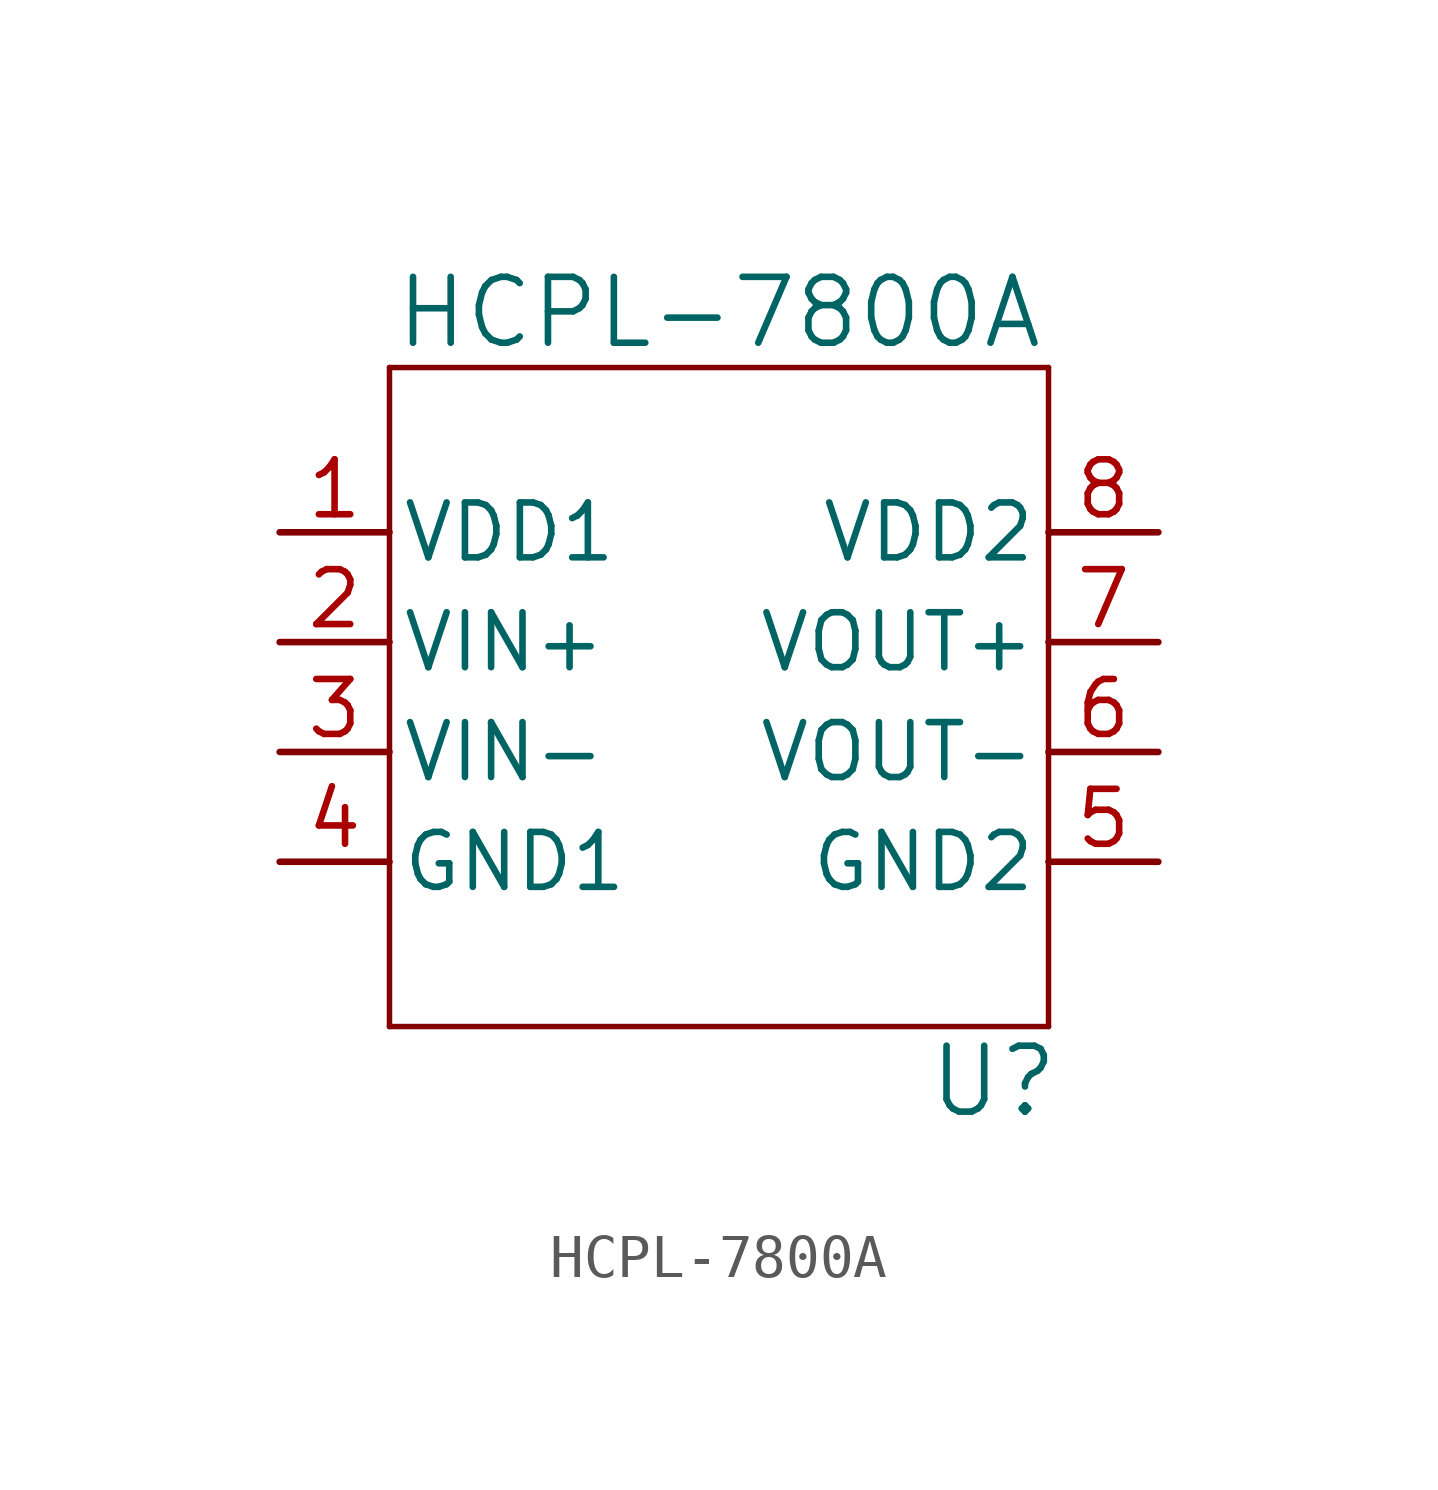
<source format=kicad_sym>
(kicad_symbol_lib
  (version 20220914)
  (generator kicad_symbol_editor)
  (symbol "HCPL-7800A"
    (pin_names
      (offset 0.254))
    (property "Reference" "U"
      (at 6.35 -8.89 0)
      (effects (font (size 1.524 1.524))))
    (property "Value" "HCPL-7800A"
      (at 0 8.89 0)
      (effects (font (size 1.524 1.524))))
    (property "ki_locked" ""
      (at 0 0 0)
      (effects (font (size 1.27 1.27))))
    (symbol "HCPL-7800A_0_1"
      (polyline (pts (xy -7.62 -7.62) (xy 7.62 -7.62)) (stroke (width 0.127) (type default)) (fill (type none)))
      (polyline (pts (xy -7.62 7.62) (xy -7.62 -7.62)) (stroke (width 0.127) (type default)) (fill (type none)))
      (polyline (pts (xy 7.62 -7.62) (xy 7.62 7.62)) (stroke (width 0.127) (type default)) (fill (type none)))
      (polyline (pts (xy 7.62 7.62) (xy -7.62 7.62)) (stroke (width 0.127) (type default)) (fill (type none))))
    (symbol "HCPL-7800A_1_1"
      (pin power_in line (at -10.16 3.81 0) (length 2.54) (name "VDD1" (effects (font (size 1.27 1.27)))) (number "1" (effects (font (size 1.27 1.27)))))
      (pin input line (at -10.16 1.27 0) (length 2.54) (name "VIN+" (effects (font (size 1.27 1.27)))) (number "2" (effects (font (size 1.27 1.27)))))
      (pin input line (at -10.16 -1.27 0) (length 2.54) (name "VIN-" (effects (font (size 1.27 1.27)))) (number "3" (effects (font (size 1.27 1.27)))))
      (pin power_in line (at -10.16 -3.81 0) (length 2.54) (name "GND1" (effects (font (size 1.27 1.27)))) (number "4" (effects (font (size 1.27 1.27)))))
      (pin power_in line (at 10.16 -3.81 180) (length 2.54) (name "GND2" (effects (font (size 1.27 1.27)))) (number "5" (effects (font (size 1.27 1.27)))))
      (pin output line (at 10.16 -1.27 180) (length 2.54) (name "VOUT-" (effects (font (size 1.27 1.27)))) (number "6" (effects (font (size 1.27 1.27)))))
      (pin output line (at 10.16 1.27 180) (length 2.54) (name "VOUT+" (effects (font (size 1.27 1.27)))) (number "7" (effects (font (size 1.27 1.27)))))
      (pin power_in line (at 10.16 3.81 180) (length 2.54) (name "VDD2" (effects (font (size 1.27 1.27)))) (number "8" (effects (font (size 1.27 1.27))))))))
</source>
